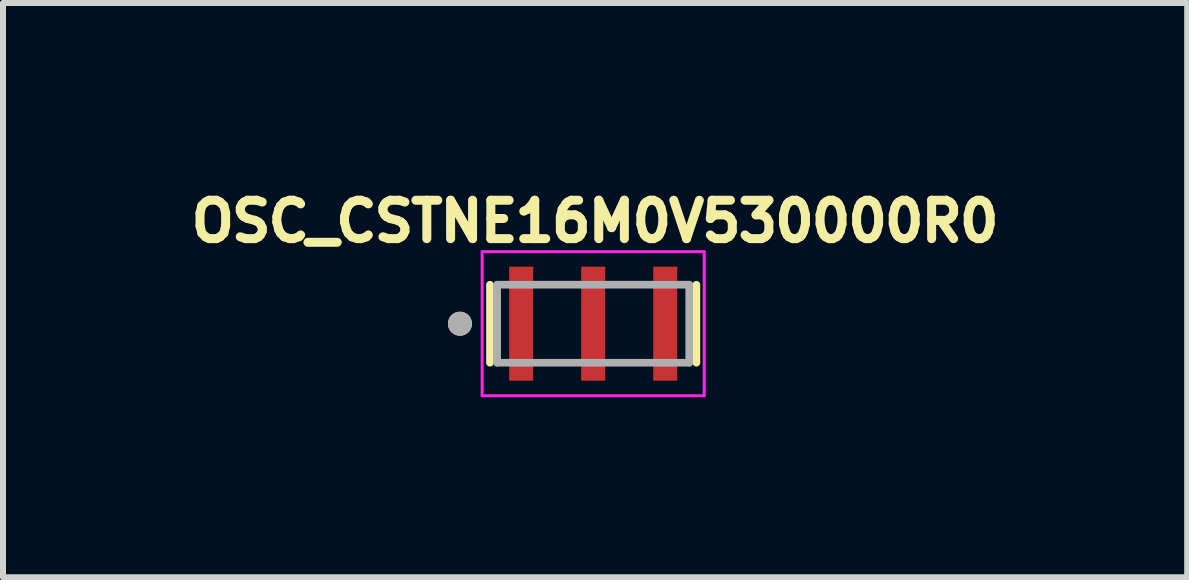
<source format=kicad_pcb>
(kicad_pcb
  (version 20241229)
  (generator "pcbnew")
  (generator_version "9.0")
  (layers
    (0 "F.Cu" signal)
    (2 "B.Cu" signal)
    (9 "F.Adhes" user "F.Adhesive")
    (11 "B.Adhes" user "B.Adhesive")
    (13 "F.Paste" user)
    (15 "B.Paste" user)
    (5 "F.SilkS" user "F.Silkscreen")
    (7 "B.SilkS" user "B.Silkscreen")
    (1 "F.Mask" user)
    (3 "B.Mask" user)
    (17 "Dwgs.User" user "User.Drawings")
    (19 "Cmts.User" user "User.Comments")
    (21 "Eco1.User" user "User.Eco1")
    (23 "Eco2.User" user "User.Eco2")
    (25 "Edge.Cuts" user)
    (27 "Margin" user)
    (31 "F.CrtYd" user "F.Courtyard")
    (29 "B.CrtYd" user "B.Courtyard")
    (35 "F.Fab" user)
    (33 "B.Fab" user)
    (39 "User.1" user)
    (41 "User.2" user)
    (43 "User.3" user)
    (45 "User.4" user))
  (footprint "OSC_CSTNE16M0V530000R0"
    (layer "F.Cu")
    (at 6.834 2.344)
    (property "Reference" "OSC_CSTNE16M0V530000R0" (at 0.032 -1.706 0) (layer "F.SilkS") (effects (font (size 0.64 0.64) (thickness 0.15))))
    (attr smd)
    (fp_line (start -1.72 -0.65) (end -1.72 0.65) (stroke (width 0.127) (type solid)) (layer "F.SilkS"))
    (fp_line (start 1.72 -0.65) (end 1.72 0.65) (stroke (width 0.127) (type solid)) (layer "F.SilkS"))
    (fp_circle (center -2.22 0) (end -2.12 0) (stroke (width 0.2) (type solid)) (fill no) (layer "F.SilkS"))
    (fp_line (start -1.85 -1.2) (end 1.85 -1.2) (stroke (width 0.05) (type solid)) (layer "F.CrtYd"))
    (fp_line (start -1.85 1.2) (end -1.85 -1.2) (stroke (width 0.05) (type solid)) (layer "F.CrtYd"))
    (fp_line (start 1.85 -1.2) (end 1.85 1.2) (stroke (width 0.05) (type solid)) (layer "F.CrtYd"))
    (fp_line (start 1.85 1.2) (end -1.85 1.2) (stroke (width 0.05) (type solid)) (layer "F.CrtYd"))
    (fp_line (start -1.6 -0.65) (end -1.6 0.65) (stroke (width 0.127) (type solid)) (layer "F.Fab"))
    (fp_line (start -1.6 -0.65) (end 1.6 -0.65) (stroke (width 0.127) (type solid)) (layer "F.Fab"))
    (fp_line (start 1.6 -0.65) (end 1.6 0.65) (stroke (width 0.127) (type solid)) (layer "F.Fab"))
    (fp_line (start 1.6 0.65) (end -1.6 0.65) (stroke (width 0.127) (type solid)) (layer "F.Fab"))
    (fp_circle (center -2.22 0) (end -2.12 0) (stroke (width 0.2) (type solid)) (fill no) (layer "F.Fab"))
    (pad "1" smd rect (at -1.2 0) (size 0.4 1.9) (layers "F.Cu" "F.Mask" "F.Paste"))
    (pad "2" smd rect (at 0 0) (size 0.4 1.9) (layers "F.Cu" "F.Mask" "F.Paste"))
    (pad "3" smd rect (at 1.2 0) (size 0.4 1.9) (layers "F.Cu" "F.Mask" "F.Paste")))
  (gr_rect
    (start -3 -3)
    (end 16.732 6.569)
    (stroke (width 0.1) (type default))
    (fill no)
    (layer "Edge.Cuts")))
</source>
